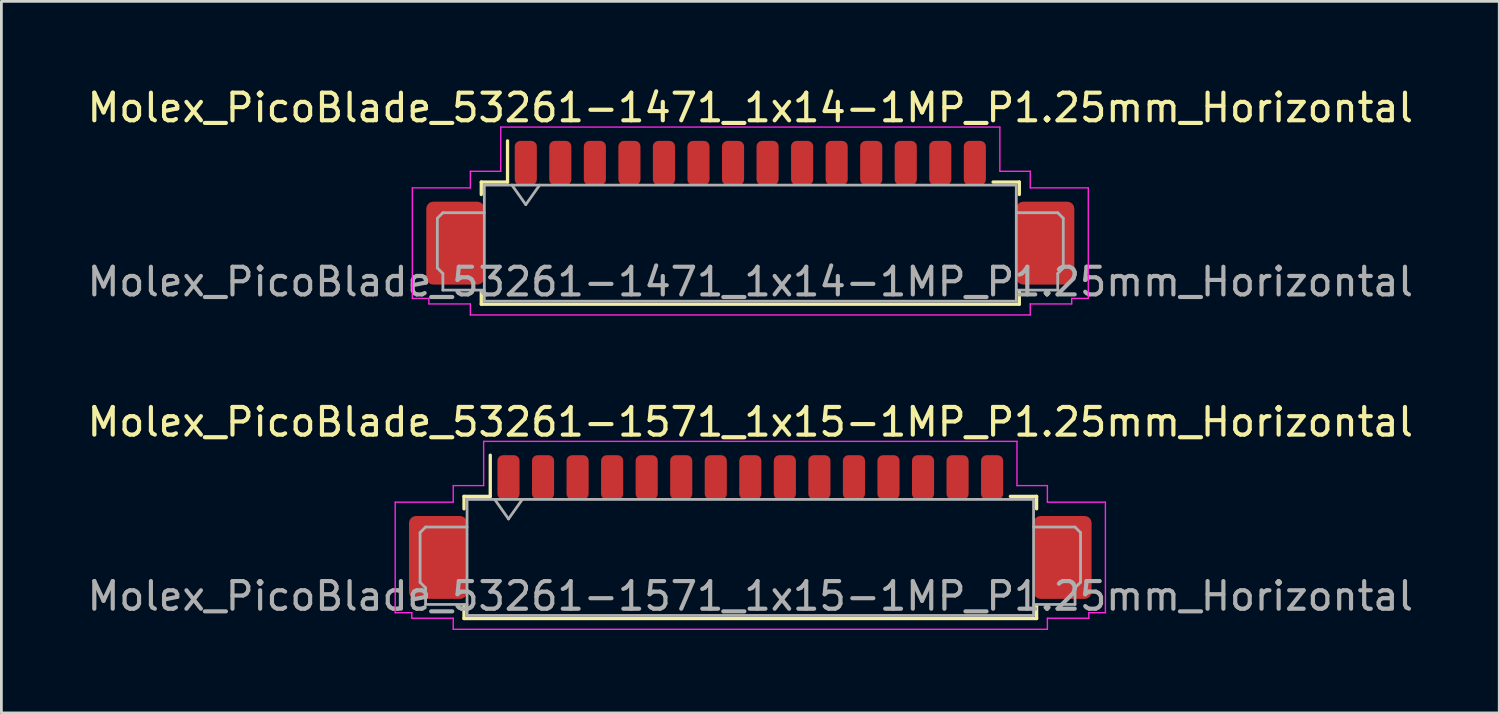
<source format=kicad_pcb>
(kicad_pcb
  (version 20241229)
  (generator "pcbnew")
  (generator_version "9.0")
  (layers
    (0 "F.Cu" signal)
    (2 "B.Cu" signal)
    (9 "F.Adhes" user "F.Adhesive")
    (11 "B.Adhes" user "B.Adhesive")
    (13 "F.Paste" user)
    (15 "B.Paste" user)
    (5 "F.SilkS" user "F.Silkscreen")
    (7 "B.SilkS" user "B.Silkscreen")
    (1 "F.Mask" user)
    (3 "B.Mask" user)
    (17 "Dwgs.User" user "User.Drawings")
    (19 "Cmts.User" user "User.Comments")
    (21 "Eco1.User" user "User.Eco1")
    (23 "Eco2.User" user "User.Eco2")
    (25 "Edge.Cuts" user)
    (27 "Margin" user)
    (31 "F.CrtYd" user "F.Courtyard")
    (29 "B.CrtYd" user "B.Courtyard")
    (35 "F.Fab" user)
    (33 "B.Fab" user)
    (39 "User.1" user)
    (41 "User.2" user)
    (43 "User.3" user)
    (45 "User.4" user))
  (footprint "Molex_PicoBlade_53261-1571_1x15-1MP_P1.25mm_Horizontal"
    (layer "F.Cu")
    (at 24.101 16.622)
    (property "Reference" "Molex_PicoBlade_53261-1571_1x15-1MP_P1.25mm_Horizontal" (at 0 -4.4 0) (layer "F.SilkS") (effects (font (size 1 1) (thickness 0.15))))
    (attr smd)
    (fp_line (start -10.36 -1.71) (end -9.41 -1.71) (stroke (width 0.12) (type solid)) (layer "F.SilkS"))
    (fp_line (start -10.36 -1.26) (end -10.36 -1.71) (stroke (width 0.12) (type solid)) (layer "F.SilkS"))
    (fp_line (start -10.36 2.26) (end -10.36 2.71) (stroke (width 0.12) (type solid)) (layer "F.SilkS"))
    (fp_line (start -10.36 2.71) (end 10.36 2.71) (stroke (width 0.12) (type solid)) (layer "F.SilkS"))
    (fp_line (start -9.41 -1.71) (end -9.41 -3.2) (stroke (width 0.12) (type solid)) (layer "F.SilkS"))
    (fp_line (start 10.36 -1.71) (end 9.41 -1.71) (stroke (width 0.12) (type solid)) (layer "F.SilkS"))
    (fp_line (start 10.36 -1.26) (end 10.36 -1.71) (stroke (width 0.12) (type solid)) (layer "F.SilkS"))
    (fp_line (start 10.36 2.71) (end 10.36 2.26) (stroke (width 0.12) (type solid)) (layer "F.SilkS"))
    (fp_line (start -12.85 -1.5) (end -10.75 -1.5) (stroke (width 0.05) (type solid)) (layer "F.CrtYd"))
    (fp_line (start -12.85 2.5) (end -12.85 -1.5) (stroke (width 0.05) (type solid)) (layer "F.CrtYd"))
    (fp_line (start -12.25 2.5) (end -12.85 2.5) (stroke (width 0.05) (type solid)) (layer "F.CrtYd"))
    (fp_line (start -12.25 2.7) (end -12.25 2.5) (stroke (width 0.05) (type solid)) (layer "F.CrtYd"))
    (fp_line (start -10.75 -2.1) (end -9.65 -2.1) (stroke (width 0.05) (type solid)) (layer "F.CrtYd"))
    (fp_line (start -10.75 -1.5) (end -10.75 -2.1) (stroke (width 0.05) (type solid)) (layer "F.CrtYd"))
    (fp_line (start -10.75 2.7) (end -12.25 2.7) (stroke (width 0.05) (type solid)) (layer "F.CrtYd"))
    (fp_line (start -10.75 3.1) (end -10.75 2.7) (stroke (width 0.05) (type solid)) (layer "F.CrtYd"))
    (fp_line (start -9.65 -3.7) (end 9.65 -3.7) (stroke (width 0.05) (type solid)) (layer "F.CrtYd"))
    (fp_line (start -9.65 -2.1) (end -9.65 -3.7) (stroke (width 0.05) (type solid)) (layer "F.CrtYd"))
    (fp_line (start 9.65 -3.7) (end 9.65 -2.1) (stroke (width 0.05) (type solid)) (layer "F.CrtYd"))
    (fp_line (start 9.65 -2.1) (end 10.75 -2.1) (stroke (width 0.05) (type solid)) (layer "F.CrtYd"))
    (fp_line (start 10.75 -2.1) (end 10.75 -1.5) (stroke (width 0.05) (type solid)) (layer "F.CrtYd"))
    (fp_line (start 10.75 -1.5) (end 12.85 -1.5) (stroke (width 0.05) (type solid)) (layer "F.CrtYd"))
    (fp_line (start 10.75 2.7) (end 10.75 3.1) (stroke (width 0.05) (type solid)) (layer "F.CrtYd"))
    (fp_line (start 10.75 3.1) (end -10.75 3.1) (stroke (width 0.05) (type solid)) (layer "F.CrtYd"))
    (fp_line (start 12.25 2.5) (end 12.25 2.7) (stroke (width 0.05) (type solid)) (layer "F.CrtYd"))
    (fp_line (start 12.25 2.7) (end 10.75 2.7) (stroke (width 0.05) (type solid)) (layer "F.CrtYd"))
    (fp_line (start 12.85 -1.5) (end 12.85 2.5) (stroke (width 0.05) (type solid)) (layer "F.CrtYd"))
    (fp_line (start 12.85 2.5) (end 12.25 2.5) (stroke (width 0.05) (type solid)) (layer "F.CrtYd"))
    (fp_line (start -11.95 -0.4) (end -11.95 1.4) (stroke (width 0.1) (type solid)) (layer "F.Fab"))
    (fp_line (start -11.95 1.4) (end -11.75 1.6) (stroke (width 0.1) (type solid)) (layer "F.Fab"))
    (fp_line (start -11.75 -0.6) (end -11.95 -0.4) (stroke (width 0.1) (type solid)) (layer "F.Fab"))
    (fp_line (start -11.75 1.6) (end -11.75 2.2) (stroke (width 0.1) (type solid)) (layer "F.Fab"))
    (fp_line (start -11.75 2.2) (end -10.25 2.2) (stroke (width 0.1) (type solid)) (layer "F.Fab"))
    (fp_line (start -10.25 -1.6) (end -10.25 2.6) (stroke (width 0.1) (type solid)) (layer "F.Fab"))
    (fp_line (start -10.25 -1.6) (end 10.25 -1.6) (stroke (width 0.1) (type solid)) (layer "F.Fab"))
    (fp_line (start -10.25 -0.6) (end -11.75 -0.6) (stroke (width 0.1) (type solid)) (layer "F.Fab"))
    (fp_line (start -10.25 2.6) (end 10.25 2.6) (stroke (width 0.1) (type solid)) (layer "F.Fab"))
    (fp_line (start -9.25 -1.6) (end -8.75 -0.893) (stroke (width 0.1) (type solid)) (layer "F.Fab"))
    (fp_line (start -8.75 -0.893) (end -8.25 -1.6) (stroke (width 0.1) (type solid)) (layer "F.Fab"))
    (fp_line (start 10.25 -1.6) (end 10.25 2.6) (stroke (width 0.1) (type solid)) (layer "F.Fab"))
    (fp_line (start 10.25 -0.6) (end 11.75 -0.6) (stroke (width 0.1) (type solid)) (layer "F.Fab"))
    (fp_line (start 11.75 -0.6) (end 11.95 -0.4) (stroke (width 0.1) (type solid)) (layer "F.Fab"))
    (fp_line (start 11.75 1.6) (end 11.75 2.2) (stroke (width 0.1) (type solid)) (layer "F.Fab"))
    (fp_line (start 11.75 2.2) (end 10.25 2.2) (stroke (width 0.1) (type solid)) (layer "F.Fab"))
    (fp_line (start 11.95 -0.4) (end 11.95 1.4) (stroke (width 0.1) (type solid)) (layer "F.Fab"))
    (fp_line (start 11.95 1.4) (end 11.75 1.6) (stroke (width 0.1) (type solid)) (layer "F.Fab"))
    (fp_text user "${REFERENCE}" (at 0 1.9 0) (layer "F.Fab") (effects (font (size 1 1) (thickness 0.15))))
    (pad "1" smd roundrect (at -8.75 -2.4) (size 0.8 1.6) (layers "F.Cu" "F.Mask" "F.Paste") (roundrect_rratio 0.25))
    (pad "2" smd roundrect (at -7.5 -2.4) (size 0.8 1.6) (layers "F.Cu" "F.Mask" "F.Paste") (roundrect_rratio 0.25))
    (pad "3" smd roundrect (at -6.25 -2.4) (size 0.8 1.6) (layers "F.Cu" "F.Mask" "F.Paste") (roundrect_rratio 0.25))
    (pad "4" smd roundrect (at -5 -2.4) (size 0.8 1.6) (layers "F.Cu" "F.Mask" "F.Paste") (roundrect_rratio 0.25))
    (pad "5" smd roundrect (at -3.75 -2.4) (size 0.8 1.6) (layers "F.Cu" "F.Mask" "F.Paste") (roundrect_rratio 0.25))
    (pad "6" smd roundrect (at -2.5 -2.4) (size 0.8 1.6) (layers "F.Cu" "F.Mask" "F.Paste") (roundrect_rratio 0.25))
    (pad "7" smd roundrect (at -1.25 -2.4) (size 0.8 1.6) (layers "F.Cu" "F.Mask" "F.Paste") (roundrect_rratio 0.25))
    (pad "8" smd roundrect (at 0 -2.4) (size 0.8 1.6) (layers "F.Cu" "F.Mask" "F.Paste") (roundrect_rratio 0.25))
    (pad "9" smd roundrect (at 1.25 -2.4) (size 0.8 1.6) (layers "F.Cu" "F.Mask" "F.Paste") (roundrect_rratio 0.25))
    (pad "10" smd roundrect (at 2.5 -2.4) (size 0.8 1.6) (layers "F.Cu" "F.Mask" "F.Paste") (roundrect_rratio 0.25))
    (pad "11" smd roundrect (at 3.75 -2.4) (size 0.8 1.6) (layers "F.Cu" "F.Mask" "F.Paste") (roundrect_rratio 0.25))
    (pad "12" smd roundrect (at 5 -2.4) (size 0.8 1.6) (layers "F.Cu" "F.Mask" "F.Paste") (roundrect_rratio 0.25))
    (pad "13" smd roundrect (at 6.25 -2.4) (size 0.8 1.6) (layers "F.Cu" "F.Mask" "F.Paste") (roundrect_rratio 0.25))
    (pad "14" smd roundrect (at 7.5 -2.4) (size 0.8 1.6) (layers "F.Cu" "F.Mask" "F.Paste") (roundrect_rratio 0.25))
    (pad "15" smd roundrect (at 8.75 -2.4) (size 0.8 1.6) (layers "F.Cu" "F.Mask" "F.Paste") (roundrect_rratio 0.25))
    (pad "MP" smd roundrect (at -11.3 0.5) (size 2.1 3) (layers "F.Cu" "F.Mask" "F.Paste") (roundrect_rratio 0.119))
    (pad "MP" smd roundrect (at 11.3 0.5) (size 2.1 3) (layers "F.Cu" "F.Mask" "F.Paste") (roundrect_rratio 0.119)))
  (footprint "Molex_PicoBlade_53261-1471_1x14-1MP_P1.25mm_Horizontal"
    (layer "F.Cu")
    (at 24.101 5.248)
    (property "Reference" "Molex_PicoBlade_53261-1471_1x14-1MP_P1.25mm_Horizontal" (at 0 -4.4 0) (layer "F.SilkS") (effects (font (size 1 1) (thickness 0.15))))
    (attr smd)
    (fp_line (start -9.735 -1.71) (end -8.785 -1.71) (stroke (width 0.12) (type solid)) (layer "F.SilkS"))
    (fp_line (start -9.735 -1.26) (end -9.735 -1.71) (stroke (width 0.12) (type solid)) (layer "F.SilkS"))
    (fp_line (start -9.735 2.26) (end -9.735 2.71) (stroke (width 0.12) (type solid)) (layer "F.SilkS"))
    (fp_line (start -9.735 2.71) (end 9.735 2.71) (stroke (width 0.12) (type solid)) (layer "F.SilkS"))
    (fp_line (start -8.785 -1.71) (end -8.785 -3.2) (stroke (width 0.12) (type solid)) (layer "F.SilkS"))
    (fp_line (start 9.735 -1.71) (end 8.785 -1.71) (stroke (width 0.12) (type solid)) (layer "F.SilkS"))
    (fp_line (start 9.735 -1.26) (end 9.735 -1.71) (stroke (width 0.12) (type solid)) (layer "F.SilkS"))
    (fp_line (start 9.735 2.71) (end 9.735 2.26) (stroke (width 0.12) (type solid)) (layer "F.SilkS"))
    (fp_line (start -12.23 -1.5) (end -10.13 -1.5) (stroke (width 0.05) (type solid)) (layer "F.CrtYd"))
    (fp_line (start -12.23 2.5) (end -12.23 -1.5) (stroke (width 0.05) (type solid)) (layer "F.CrtYd"))
    (fp_line (start -11.63 2.5) (end -12.23 2.5) (stroke (width 0.05) (type solid)) (layer "F.CrtYd"))
    (fp_line (start -11.63 2.7) (end -11.63 2.5) (stroke (width 0.05) (type solid)) (layer "F.CrtYd"))
    (fp_line (start -10.13 -2.1) (end -9.03 -2.1) (stroke (width 0.05) (type solid)) (layer "F.CrtYd"))
    (fp_line (start -10.13 -1.5) (end -10.13 -2.1) (stroke (width 0.05) (type solid)) (layer "F.CrtYd"))
    (fp_line (start -10.13 2.7) (end -11.63 2.7) (stroke (width 0.05) (type solid)) (layer "F.CrtYd"))
    (fp_line (start -10.13 3.1) (end -10.13 2.7) (stroke (width 0.05) (type solid)) (layer "F.CrtYd"))
    (fp_line (start -9.03 -3.7) (end 9.03 -3.7) (stroke (width 0.05) (type solid)) (layer "F.CrtYd"))
    (fp_line (start -9.03 -2.1) (end -9.03 -3.7) (stroke (width 0.05) (type solid)) (layer "F.CrtYd"))
    (fp_line (start 9.03 -3.7) (end 9.03 -2.1) (stroke (width 0.05) (type solid)) (layer "F.CrtYd"))
    (fp_line (start 9.03 -2.1) (end 10.13 -2.1) (stroke (width 0.05) (type solid)) (layer "F.CrtYd"))
    (fp_line (start 10.13 -2.1) (end 10.13 -1.5) (stroke (width 0.05) (type solid)) (layer "F.CrtYd"))
    (fp_line (start 10.13 -1.5) (end 12.23 -1.5) (stroke (width 0.05) (type solid)) (layer "F.CrtYd"))
    (fp_line (start 10.13 2.7) (end 10.13 3.1) (stroke (width 0.05) (type solid)) (layer "F.CrtYd"))
    (fp_line (start 10.13 3.1) (end -10.13 3.1) (stroke (width 0.05) (type solid)) (layer "F.CrtYd"))
    (fp_line (start 11.63 2.5) (end 11.63 2.7) (stroke (width 0.05) (type solid)) (layer "F.CrtYd"))
    (fp_line (start 11.63 2.7) (end 10.13 2.7) (stroke (width 0.05) (type solid)) (layer "F.CrtYd"))
    (fp_line (start 12.23 -1.5) (end 12.23 2.5) (stroke (width 0.05) (type solid)) (layer "F.CrtYd"))
    (fp_line (start 12.23 2.5) (end 11.63 2.5) (stroke (width 0.05) (type solid)) (layer "F.CrtYd"))
    (fp_line (start -11.325 -0.4) (end -11.325 1.4) (stroke (width 0.1) (type solid)) (layer "F.Fab"))
    (fp_line (start -11.325 1.4) (end -11.125 1.6) (stroke (width 0.1) (type solid)) (layer "F.Fab"))
    (fp_line (start -11.125 -0.6) (end -11.325 -0.4) (stroke (width 0.1) (type solid)) (layer "F.Fab"))
    (fp_line (start -11.125 1.6) (end -11.125 2.2) (stroke (width 0.1) (type solid)) (layer "F.Fab"))
    (fp_line (start -11.125 2.2) (end -9.625 2.2) (stroke (width 0.1) (type solid)) (layer "F.Fab"))
    (fp_line (start -9.625 -1.6) (end -9.625 2.6) (stroke (width 0.1) (type solid)) (layer "F.Fab"))
    (fp_line (start -9.625 -1.6) (end 9.625 -1.6) (stroke (width 0.1) (type solid)) (layer "F.Fab"))
    (fp_line (start -9.625 -0.6) (end -11.125 -0.6) (stroke (width 0.1) (type solid)) (layer "F.Fab"))
    (fp_line (start -9.625 2.6) (end 9.625 2.6) (stroke (width 0.1) (type solid)) (layer "F.Fab"))
    (fp_line (start -8.625 -1.6) (end -8.125 -0.893) (stroke (width 0.1) (type solid)) (layer "F.Fab"))
    (fp_line (start -8.125 -0.893) (end -7.625 -1.6) (stroke (width 0.1) (type solid)) (layer "F.Fab"))
    (fp_line (start 9.625 -1.6) (end 9.625 2.6) (stroke (width 0.1) (type solid)) (layer "F.Fab"))
    (fp_line (start 9.625 -0.6) (end 11.125 -0.6) (stroke (width 0.1) (type solid)) (layer "F.Fab"))
    (fp_line (start 11.125 -0.6) (end 11.325 -0.4) (stroke (width 0.1) (type solid)) (layer "F.Fab"))
    (fp_line (start 11.125 1.6) (end 11.125 2.2) (stroke (width 0.1) (type solid)) (layer "F.Fab"))
    (fp_line (start 11.125 2.2) (end 9.625 2.2) (stroke (width 0.1) (type solid)) (layer "F.Fab"))
    (fp_line (start 11.325 -0.4) (end 11.325 1.4) (stroke (width 0.1) (type solid)) (layer "F.Fab"))
    (fp_line (start 11.325 1.4) (end 11.125 1.6) (stroke (width 0.1) (type solid)) (layer "F.Fab"))
    (fp_text user "${REFERENCE}" (at 0 1.9 0) (layer "F.Fab") (effects (font (size 1 1) (thickness 0.15))))
    (pad "1" smd roundrect (at -8.125 -2.4) (size 0.8 1.6) (layers "F.Cu" "F.Mask" "F.Paste") (roundrect_rratio 0.25))
    (pad "2" smd roundrect (at -6.875 -2.4) (size 0.8 1.6) (layers "F.Cu" "F.Mask" "F.Paste") (roundrect_rratio 0.25))
    (pad "3" smd roundrect (at -5.625 -2.4) (size 0.8 1.6) (layers "F.Cu" "F.Mask" "F.Paste") (roundrect_rratio 0.25))
    (pad "4" smd roundrect (at -4.375 -2.4) (size 0.8 1.6) (layers "F.Cu" "F.Mask" "F.Paste") (roundrect_rratio 0.25))
    (pad "5" smd roundrect (at -3.125 -2.4) (size 0.8 1.6) (layers "F.Cu" "F.Mask" "F.Paste") (roundrect_rratio 0.25))
    (pad "6" smd roundrect (at -1.875 -2.4) (size 0.8 1.6) (layers "F.Cu" "F.Mask" "F.Paste") (roundrect_rratio 0.25))
    (pad "7" smd roundrect (at -0.625 -2.4) (size 0.8 1.6) (layers "F.Cu" "F.Mask" "F.Paste") (roundrect_rratio 0.25))
    (pad "8" smd roundrect (at 0.625 -2.4) (size 0.8 1.6) (layers "F.Cu" "F.Mask" "F.Paste") (roundrect_rratio 0.25))
    (pad "9" smd roundrect (at 1.875 -2.4) (size 0.8 1.6) (layers "F.Cu" "F.Mask" "F.Paste") (roundrect_rratio 0.25))
    (pad "10" smd roundrect (at 3.125 -2.4) (size 0.8 1.6) (layers "F.Cu" "F.Mask" "F.Paste") (roundrect_rratio 0.25))
    (pad "11" smd roundrect (at 4.375 -2.4) (size 0.8 1.6) (layers "F.Cu" "F.Mask" "F.Paste") (roundrect_rratio 0.25))
    (pad "12" smd roundrect (at 5.625 -2.4) (size 0.8 1.6) (layers "F.Cu" "F.Mask" "F.Paste") (roundrect_rratio 0.25))
    (pad "13" smd roundrect (at 6.875 -2.4) (size 0.8 1.6) (layers "F.Cu" "F.Mask" "F.Paste") (roundrect_rratio 0.25))
    (pad "14" smd roundrect (at 8.125 -2.4) (size 0.8 1.6) (layers "F.Cu" "F.Mask" "F.Paste") (roundrect_rratio 0.25))
    (pad "MP" smd roundrect (at -10.675 0.5) (size 2.1 3) (layers "F.Cu" "F.Mask" "F.Paste") (roundrect_rratio 0.119))
    (pad "MP" smd roundrect (at 10.675 0.5) (size 2.1 3) (layers "F.Cu" "F.Mask" "F.Paste") (roundrect_rratio 0.119)))
  (gr_rect
    (start -3 -3)
    (end 51.202 22.747)
    (stroke (width 0.1) (type default))
    (fill no)
    (layer "Edge.Cuts")))
</source>
